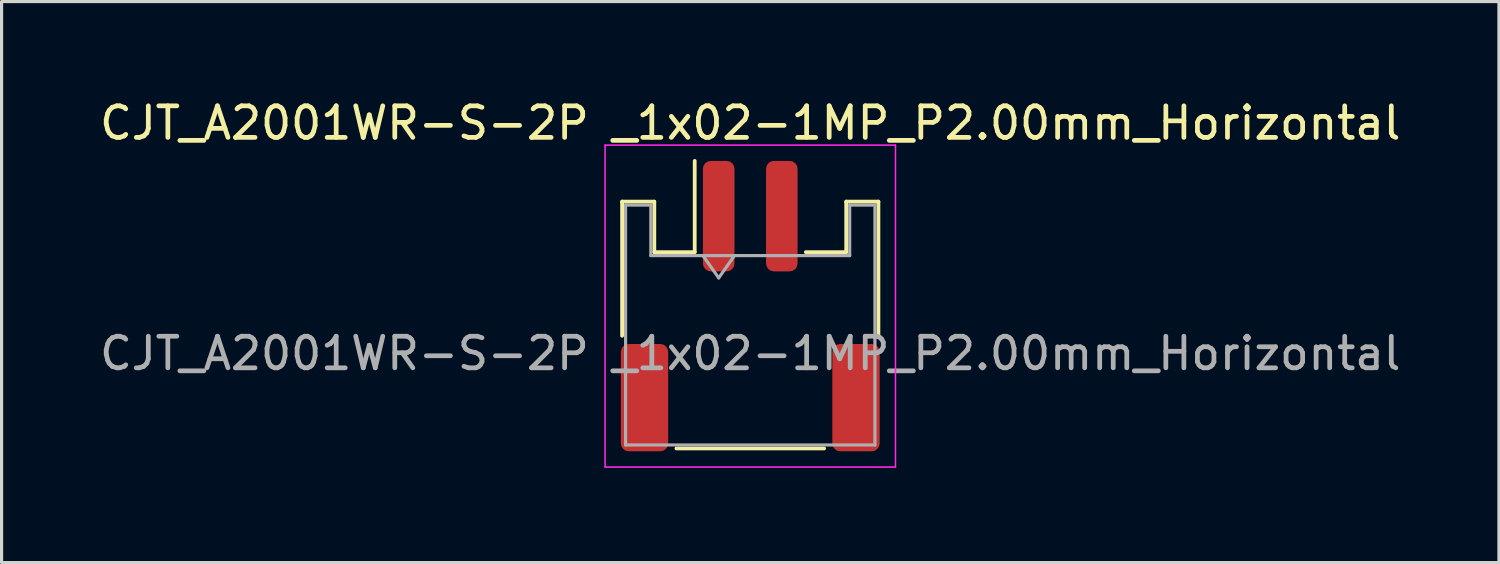
<source format=kicad_pcb>
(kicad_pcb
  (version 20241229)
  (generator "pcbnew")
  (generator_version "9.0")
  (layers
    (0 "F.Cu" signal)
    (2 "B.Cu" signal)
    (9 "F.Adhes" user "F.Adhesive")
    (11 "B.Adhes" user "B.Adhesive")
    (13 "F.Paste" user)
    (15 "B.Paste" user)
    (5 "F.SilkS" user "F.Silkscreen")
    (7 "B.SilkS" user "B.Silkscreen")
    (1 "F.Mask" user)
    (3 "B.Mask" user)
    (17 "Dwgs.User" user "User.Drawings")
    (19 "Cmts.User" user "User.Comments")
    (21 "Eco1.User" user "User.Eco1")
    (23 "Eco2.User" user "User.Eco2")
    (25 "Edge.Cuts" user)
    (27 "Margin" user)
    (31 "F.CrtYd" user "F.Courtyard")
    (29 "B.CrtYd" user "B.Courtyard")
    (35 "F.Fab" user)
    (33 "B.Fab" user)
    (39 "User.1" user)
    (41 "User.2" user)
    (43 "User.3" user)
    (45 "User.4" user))
  (footprint "CJT_A2001WR-S-2P _1x02-1MP_P2.00mm_Horizontal"
    (layer "F.Cu")
    (at 20.72 6.648)
    (property "Reference" "CJT_A2001WR-S-2P _1x02-1MP_P2.00mm_Horizontal" (at 0 -5.8 0) (layer "F.SilkS") (effects (font (size 1 1) (thickness 0.15))))
    (attr smd)
    (fp_line (start -4.06 -3.31) (end -3.04 -3.31) (stroke (width 0.12) (type solid)) (layer "F.SilkS"))
    (fp_line (start -4.06 0.94) (end -4.06 -3.31) (stroke (width 0.12) (type solid)) (layer "F.SilkS"))
    (fp_line (start -3.04 -3.31) (end -3.04 -1.71) (stroke (width 0.12) (type solid)) (layer "F.SilkS"))
    (fp_line (start -3.04 -1.71) (end -1.76 -1.71) (stroke (width 0.12) (type solid)) (layer "F.SilkS"))
    (fp_line (start -2.34 4.51) (end 2.34 4.51) (stroke (width 0.12) (type solid)) (layer "F.SilkS"))
    (fp_line (start -1.76 -1.71) (end -1.76 -4.6) (stroke (width 0.12) (type solid)) (layer "F.SilkS"))
    (fp_line (start 3.04 -3.31) (end 3.04 -1.71) (stroke (width 0.12) (type solid)) (layer "F.SilkS"))
    (fp_line (start 3.04 -1.71) (end 1.76 -1.71) (stroke (width 0.12) (type solid)) (layer "F.SilkS"))
    (fp_line (start 4.06 -3.31) (end 3.04 -3.31) (stroke (width 0.12) (type solid)) (layer "F.SilkS"))
    (fp_line (start 4.06 0.94) (end 4.06 -3.31) (stroke (width 0.12) (type solid)) (layer "F.SilkS"))
    (fp_line (start -4.6 -5.1) (end -4.6 5.1) (stroke (width 0.05) (type solid)) (layer "F.CrtYd"))
    (fp_line (start -4.6 5.1) (end 4.6 5.1) (stroke (width 0.05) (type solid)) (layer "F.CrtYd"))
    (fp_line (start 4.6 -5.1) (end -4.6 -5.1) (stroke (width 0.05) (type solid)) (layer "F.CrtYd"))
    (fp_line (start 4.6 5.1) (end 4.6 -5.1) (stroke (width 0.05) (type solid)) (layer "F.CrtYd"))
    (fp_line (start -3.95 -3.2) (end -3.95 4.4) (stroke (width 0.1) (type solid)) (layer "F.Fab"))
    (fp_line (start -3.95 -3.2) (end -3.15 -3.2) (stroke (width 0.1) (type solid)) (layer "F.Fab"))
    (fp_line (start -3.95 4.4) (end 3.95 4.4) (stroke (width 0.1) (type solid)) (layer "F.Fab"))
    (fp_line (start -3.15 -3.2) (end -3.15 -1.6) (stroke (width 0.1) (type solid)) (layer "F.Fab"))
    (fp_line (start -3.15 -1.6) (end 3.15 -1.6) (stroke (width 0.1) (type solid)) (layer "F.Fab"))
    (fp_line (start -1.5 -1.6) (end -1 -0.893) (stroke (width 0.1) (type solid)) (layer "F.Fab"))
    (fp_line (start -1 -0.893) (end -0.5 -1.6) (stroke (width 0.1) (type solid)) (layer "F.Fab"))
    (fp_line (start 3.15 -3.2) (end 3.95 -3.2) (stroke (width 0.1) (type solid)) (layer "F.Fab"))
    (fp_line (start 3.15 -1.6) (end 3.15 -3.2) (stroke (width 0.1) (type solid)) (layer "F.Fab"))
    (fp_line (start 3.95 -3.2) (end 3.95 4.4) (stroke (width 0.1) (type solid)) (layer "F.Fab"))
    (fp_text user "${REFERENCE}" (at 0 1.5 0) (layer "F.Fab") (effects (font (size 1 1) (thickness 0.15))))
    (pad "1" smd roundrect (at -1 -2.85) (size 1 3.5) (layers "F.Cu" "F.Mask" "F.Paste") (roundrect_rratio 0.25))
    (pad "2" smd roundrect (at 1 -2.85) (size 1 3.5) (layers "F.Cu" "F.Mask" "F.Paste") (roundrect_rratio 0.25))
    (pad "MP" smd roundrect (at -3.35 2.9) (size 1.5 3.4) (layers "F.Cu" "F.Mask" "F.Paste") (roundrect_rratio 0.167))
    (pad "MP" smd roundrect (at 3.35 2.9) (size 1.5 3.4) (layers "F.Cu" "F.Mask" "F.Paste") (roundrect_rratio 0.167)))
  (gr_rect
    (start -3 -3)
    (end 44.44 14.773)
    (stroke (width 0.1) (type default))
    (fill no)
    (layer "Edge.Cuts")))
</source>
